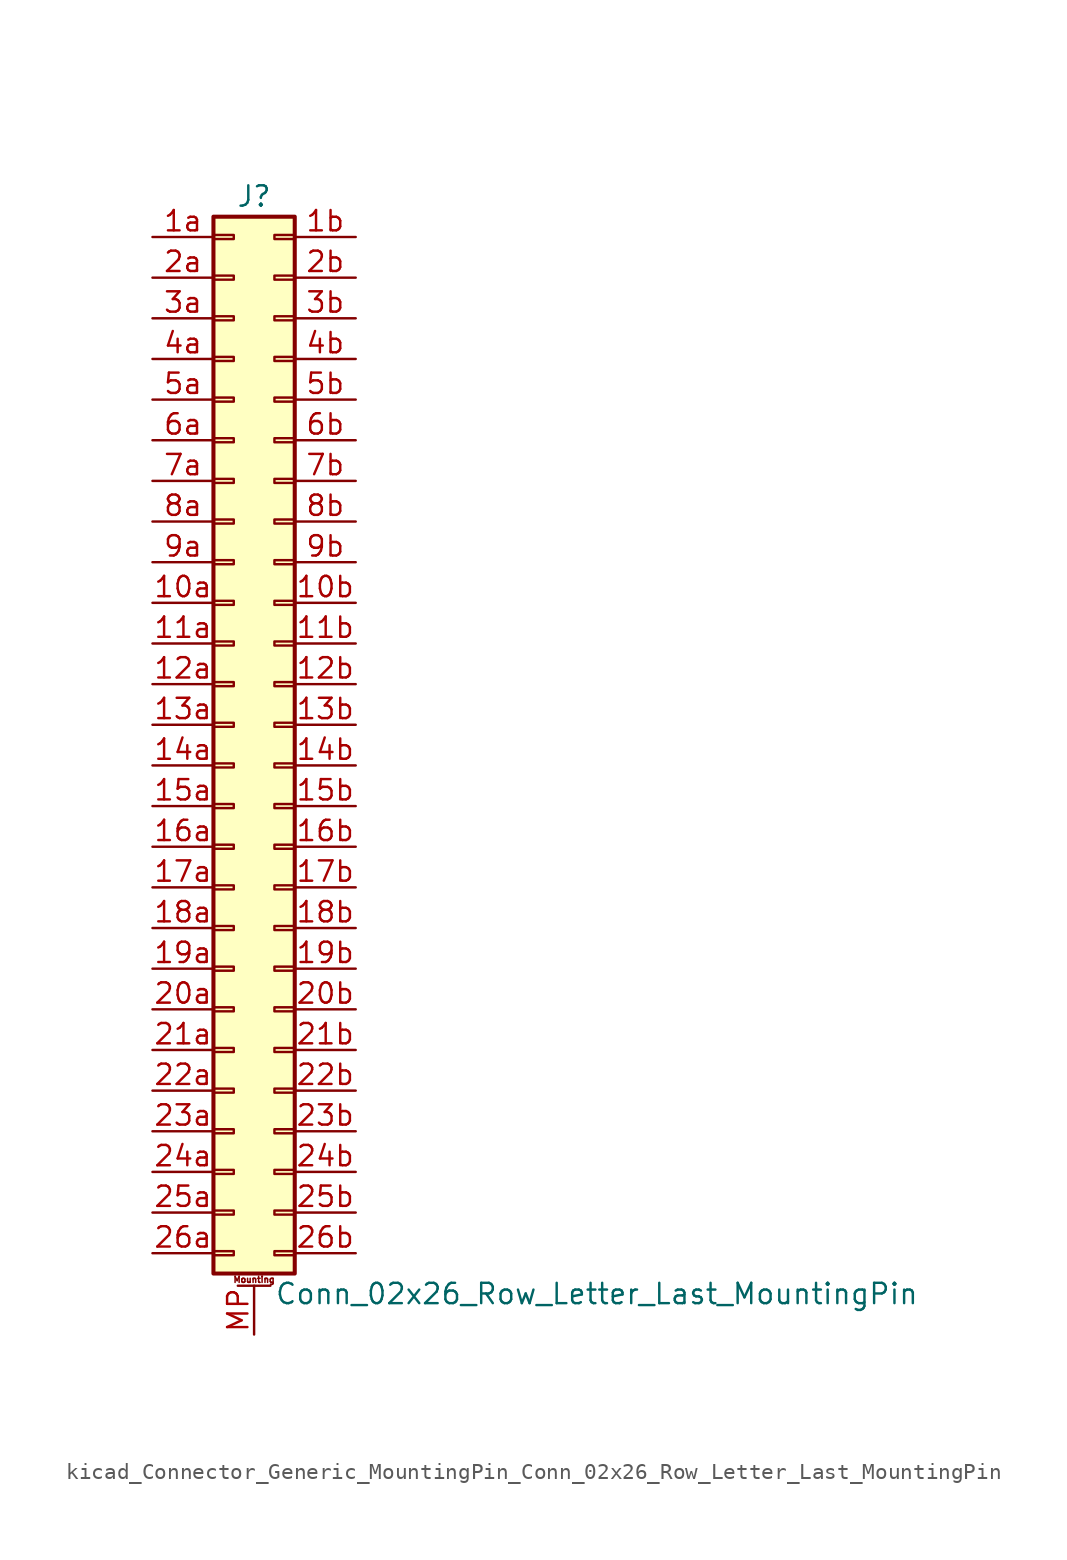
<source format=kicad_sym>
(kicad_symbol_lib
  (version 20220914)
  (generator kicad_symbol_editor)
  (symbol "kicad_Connector_Generic_MountingPin_Conn_02x26_Row_Letter_Last_MountingPin"
    (pin_names
      (offset 1.016) hide)
    (property "Reference" "J"
      (at 1.27 33.02 0)
      (effects (font (size 1.27 1.27))))
    (property "Value" "Conn_02x26_Row_Letter_Last_MountingPin"
      (at 2.54 -35.56 0)
      (effects (font (size 1.27 1.27)) (justify left)))
    (symbol "kicad_Connector_Generic_MountingPin_Conn_02x26_Row_Letter_Last_MountingPin_1_1"
      (rectangle (start -1.27 -32.893) (end 0 -33.147) (stroke (width 0.152) (type default)) (fill (type none)))
      (rectangle (start -1.27 -30.353) (end 0 -30.607) (stroke (width 0.152) (type default)) (fill (type none)))
      (rectangle (start -1.27 -27.813) (end 0 -28.067) (stroke (width 0.152) (type default)) (fill (type none)))
      (rectangle (start -1.27 -25.273) (end 0 -25.527) (stroke (width 0.152) (type default)) (fill (type none)))
      (rectangle (start -1.27 -22.733) (end 0 -22.987) (stroke (width 0.152) (type default)) (fill (type none)))
      (rectangle (start -1.27 -20.193) (end 0 -20.447) (stroke (width 0.152) (type default)) (fill (type none)))
      (rectangle (start -1.27 -17.653) (end 0 -17.907) (stroke (width 0.152) (type default)) (fill (type none)))
      (rectangle (start -1.27 -15.113) (end 0 -15.367) (stroke (width 0.152) (type default)) (fill (type none)))
      (rectangle (start -1.27 -12.573) (end 0 -12.827) (stroke (width 0.152) (type default)) (fill (type none)))
      (rectangle (start -1.27 -10.033) (end 0 -10.287) (stroke (width 0.152) (type default)) (fill (type none)))
      (rectangle (start -1.27 -7.493) (end 0 -7.747) (stroke (width 0.152) (type default)) (fill (type none)))
      (rectangle (start -1.27 -4.953) (end 0 -5.207) (stroke (width 0.152) (type default)) (fill (type none)))
      (rectangle (start -1.27 -2.413) (end 0 -2.667) (stroke (width 0.152) (type default)) (fill (type none)))
      (rectangle (start -1.27 0.127) (end 0 -0.127) (stroke (width 0.152) (type default)) (fill (type none)))
      (rectangle (start -1.27 2.667) (end 0 2.413) (stroke (width 0.152) (type default)) (fill (type none)))
      (rectangle (start -1.27 5.207) (end 0 4.953) (stroke (width 0.152) (type default)) (fill (type none)))
      (rectangle (start -1.27 7.747) (end 0 7.493) (stroke (width 0.152) (type default)) (fill (type none)))
      (rectangle (start -1.27 10.287) (end 0 10.033) (stroke (width 0.152) (type default)) (fill (type none)))
      (rectangle (start -1.27 12.827) (end 0 12.573) (stroke (width 0.152) (type default)) (fill (type none)))
      (rectangle (start -1.27 15.367) (end 0 15.113) (stroke (width 0.152) (type default)) (fill (type none)))
      (rectangle (start -1.27 17.907) (end 0 17.653) (stroke (width 0.152) (type default)) (fill (type none)))
      (rectangle (start -1.27 20.447) (end 0 20.193) (stroke (width 0.152) (type default)) (fill (type none)))
      (rectangle (start -1.27 22.987) (end 0 22.733) (stroke (width 0.152) (type default)) (fill (type none)))
      (rectangle (start -1.27 25.527) (end 0 25.273) (stroke (width 0.152) (type default)) (fill (type none)))
      (rectangle (start -1.27 28.067) (end 0 27.813) (stroke (width 0.152) (type default)) (fill (type none)))
      (rectangle (start -1.27 30.607) (end 0 30.353) (stroke (width 0.152) (type default)) (fill (type none)))
      (rectangle (start -1.27 31.75) (end 3.81 -34.29) (stroke (width 0.254) (type default)) (fill (type background)))
      (polyline (pts (xy 0.254 -35.052) (xy 2.286 -35.052)) (stroke (width 0.152) (type default)) (fill (type none)))
      (rectangle (start 3.81 -32.893) (end 2.54 -33.147) (stroke (width 0.152) (type default)) (fill (type none)))
      (rectangle (start 3.81 -30.353) (end 2.54 -30.607) (stroke (width 0.152) (type default)) (fill (type none)))
      (rectangle (start 3.81 -27.813) (end 2.54 -28.067) (stroke (width 0.152) (type default)) (fill (type none)))
      (rectangle (start 3.81 -25.273) (end 2.54 -25.527) (stroke (width 0.152) (type default)) (fill (type none)))
      (rectangle (start 3.81 -22.733) (end 2.54 -22.987) (stroke (width 0.152) (type default)) (fill (type none)))
      (rectangle (start 3.81 -20.193) (end 2.54 -20.447) (stroke (width 0.152) (type default)) (fill (type none)))
      (rectangle (start 3.81 -17.653) (end 2.54 -17.907) (stroke (width 0.152) (type default)) (fill (type none)))
      (rectangle (start 3.81 -15.113) (end 2.54 -15.367) (stroke (width 0.152) (type default)) (fill (type none)))
      (rectangle (start 3.81 -12.573) (end 2.54 -12.827) (stroke (width 0.152) (type default)) (fill (type none)))
      (rectangle (start 3.81 -10.033) (end 2.54 -10.287) (stroke (width 0.152) (type default)) (fill (type none)))
      (rectangle (start 3.81 -7.493) (end 2.54 -7.747) (stroke (width 0.152) (type default)) (fill (type none)))
      (rectangle (start 3.81 -4.953) (end 2.54 -5.207) (stroke (width 0.152) (type default)) (fill (type none)))
      (rectangle (start 3.81 -2.413) (end 2.54 -2.667) (stroke (width 0.152) (type default)) (fill (type none)))
      (rectangle (start 3.81 0.127) (end 2.54 -0.127) (stroke (width 0.152) (type default)) (fill (type none)))
      (rectangle (start 3.81 2.667) (end 2.54 2.413) (stroke (width 0.152) (type default)) (fill (type none)))
      (rectangle (start 3.81 5.207) (end 2.54 4.953) (stroke (width 0.152) (type default)) (fill (type none)))
      (rectangle (start 3.81 7.747) (end 2.54 7.493) (stroke (width 0.152) (type default)) (fill (type none)))
      (rectangle (start 3.81 10.287) (end 2.54 10.033) (stroke (width 0.152) (type default)) (fill (type none)))
      (rectangle (start 3.81 12.827) (end 2.54 12.573) (stroke (width 0.152) (type default)) (fill (type none)))
      (rectangle (start 3.81 15.367) (end 2.54 15.113) (stroke (width 0.152) (type default)) (fill (type none)))
      (rectangle (start 3.81 17.907) (end 2.54 17.653) (stroke (width 0.152) (type default)) (fill (type none)))
      (rectangle (start 3.81 20.447) (end 2.54 20.193) (stroke (width 0.152) (type default)) (fill (type none)))
      (rectangle (start 3.81 22.987) (end 2.54 22.733) (stroke (width 0.152) (type default)) (fill (type none)))
      (rectangle (start 3.81 25.527) (end 2.54 25.273) (stroke (width 0.152) (type default)) (fill (type none)))
      (rectangle (start 3.81 28.067) (end 2.54 27.813) (stroke (width 0.152) (type default)) (fill (type none)))
      (rectangle (start 3.81 30.607) (end 2.54 30.353) (stroke (width 0.152) (type default)) (fill (type none)))
      (text "Mounting" (at 1.27 -34.671 0) (effects (font (size 0.381 0.381))))
      (pin passive line (at -5.08 7.62 0) (length 3.81) (name "Pin_10a" (effects (font (size 1.27 1.27)))) (number "10a" (effects (font (size 1.27 1.27)))))
      (pin passive line (at 7.62 7.62 180) (length 3.81) (name "Pin_10b" (effects (font (size 1.27 1.27)))) (number "10b" (effects (font (size 1.27 1.27)))))
      (pin passive line (at -5.08 5.08 0) (length 3.81) (name "Pin_11a" (effects (font (size 1.27 1.27)))) (number "11a" (effects (font (size 1.27 1.27)))))
      (pin passive line (at 7.62 5.08 180) (length 3.81) (name "Pin_11b" (effects (font (size 1.27 1.27)))) (number "11b" (effects (font (size 1.27 1.27)))))
      (pin passive line (at -5.08 2.54 0) (length 3.81) (name "Pin_12a" (effects (font (size 1.27 1.27)))) (number "12a" (effects (font (size 1.27 1.27)))))
      (pin passive line (at 7.62 2.54 180) (length 3.81) (name "Pin_12b" (effects (font (size 1.27 1.27)))) (number "12b" (effects (font (size 1.27 1.27)))))
      (pin passive line (at -5.08 0 0) (length 3.81) (name "Pin_13a" (effects (font (size 1.27 1.27)))) (number "13a" (effects (font (size 1.27 1.27)))))
      (pin passive line (at 7.62 0 180) (length 3.81) (name "Pin_13b" (effects (font (size 1.27 1.27)))) (number "13b" (effects (font (size 1.27 1.27)))))
      (pin passive line (at -5.08 -2.54 0) (length 3.81) (name "Pin_14a" (effects (font (size 1.27 1.27)))) (number "14a" (effects (font (size 1.27 1.27)))))
      (pin passive line (at 7.62 -2.54 180) (length 3.81) (name "Pin_14b" (effects (font (size 1.27 1.27)))) (number "14b" (effects (font (size 1.27 1.27)))))
      (pin passive line (at -5.08 -5.08 0) (length 3.81) (name "Pin_15a" (effects (font (size 1.27 1.27)))) (number "15a" (effects (font (size 1.27 1.27)))))
      (pin passive line (at 7.62 -5.08 180) (length 3.81) (name "Pin_15b" (effects (font (size 1.27 1.27)))) (number "15b" (effects (font (size 1.27 1.27)))))
      (pin passive line (at -5.08 -7.62 0) (length 3.81) (name "Pin_16a" (effects (font (size 1.27 1.27)))) (number "16a" (effects (font (size 1.27 1.27)))))
      (pin passive line (at 7.62 -7.62 180) (length 3.81) (name "Pin_16b" (effects (font (size 1.27 1.27)))) (number "16b" (effects (font (size 1.27 1.27)))))
      (pin passive line (at -5.08 -10.16 0) (length 3.81) (name "Pin_17a" (effects (font (size 1.27 1.27)))) (number "17a" (effects (font (size 1.27 1.27)))))
      (pin passive line (at 7.62 -10.16 180) (length 3.81) (name "Pin_17b" (effects (font (size 1.27 1.27)))) (number "17b" (effects (font (size 1.27 1.27)))))
      (pin passive line (at -5.08 -12.7 0) (length 3.81) (name "Pin_18a" (effects (font (size 1.27 1.27)))) (number "18a" (effects (font (size 1.27 1.27)))))
      (pin passive line (at 7.62 -12.7 180) (length 3.81) (name "Pin_18b" (effects (font (size 1.27 1.27)))) (number "18b" (effects (font (size 1.27 1.27)))))
      (pin passive line (at -5.08 -15.24 0) (length 3.81) (name "Pin_19a" (effects (font (size 1.27 1.27)))) (number "19a" (effects (font (size 1.27 1.27)))))
      (pin passive line (at 7.62 -15.24 180) (length 3.81) (name "Pin_19b" (effects (font (size 1.27 1.27)))) (number "19b" (effects (font (size 1.27 1.27)))))
      (pin passive line (at -5.08 30.48 0) (length 3.81) (name "Pin_1a" (effects (font (size 1.27 1.27)))) (number "1a" (effects (font (size 1.27 1.27)))))
      (pin passive line (at 7.62 30.48 180) (length 3.81) (name "Pin_1b" (effects (font (size 1.27 1.27)))) (number "1b" (effects (font (size 1.27 1.27)))))
      (pin passive line (at -5.08 -17.78 0) (length 3.81) (name "Pin_20a" (effects (font (size 1.27 1.27)))) (number "20a" (effects (font (size 1.27 1.27)))))
      (pin passive line (at 7.62 -17.78 180) (length 3.81) (name "Pin_20b" (effects (font (size 1.27 1.27)))) (number "20b" (effects (font (size 1.27 1.27)))))
      (pin passive line (at -5.08 -20.32 0) (length 3.81) (name "Pin_21a" (effects (font (size 1.27 1.27)))) (number "21a" (effects (font (size 1.27 1.27)))))
      (pin passive line (at 7.62 -20.32 180) (length 3.81) (name "Pin_21b" (effects (font (size 1.27 1.27)))) (number "21b" (effects (font (size 1.27 1.27)))))
      (pin passive line (at -5.08 -22.86 0) (length 3.81) (name "Pin_22a" (effects (font (size 1.27 1.27)))) (number "22a" (effects (font (size 1.27 1.27)))))
      (pin passive line (at 7.62 -22.86 180) (length 3.81) (name "Pin_22b" (effects (font (size 1.27 1.27)))) (number "22b" (effects (font (size 1.27 1.27)))))
      (pin passive line (at -5.08 -25.4 0) (length 3.81) (name "Pin_23a" (effects (font (size 1.27 1.27)))) (number "23a" (effects (font (size 1.27 1.27)))))
      (pin passive line (at 7.62 -25.4 180) (length 3.81) (name "Pin_23b" (effects (font (size 1.27 1.27)))) (number "23b" (effects (font (size 1.27 1.27)))))
      (pin passive line (at -5.08 -27.94 0) (length 3.81) (name "Pin_24a" (effects (font (size 1.27 1.27)))) (number "24a" (effects (font (size 1.27 1.27)))))
      (pin passive line (at 7.62 -27.94 180) (length 3.81) (name "Pin_24b" (effects (font (size 1.27 1.27)))) (number "24b" (effects (font (size 1.27 1.27)))))
      (pin passive line (at -5.08 -30.48 0) (length 3.81) (name "Pin_25a" (effects (font (size 1.27 1.27)))) (number "25a" (effects (font (size 1.27 1.27)))))
      (pin passive line (at 7.62 -30.48 180) (length 3.81) (name "Pin_25b" (effects (font (size 1.27 1.27)))) (number "25b" (effects (font (size 1.27 1.27)))))
      (pin passive line (at -5.08 -33.02 0) (length 3.81) (name "Pin_26a" (effects (font (size 1.27 1.27)))) (number "26a" (effects (font (size 1.27 1.27)))))
      (pin passive line (at 7.62 -33.02 180) (length 3.81) (name "Pin_26b" (effects (font (size 1.27 1.27)))) (number "26b" (effects (font (size 1.27 1.27)))))
      (pin passive line (at -5.08 27.94 0) (length 3.81) (name "Pin_2a" (effects (font (size 1.27 1.27)))) (number "2a" (effects (font (size 1.27 1.27)))))
      (pin passive line (at 7.62 27.94 180) (length 3.81) (name "Pin_2b" (effects (font (size 1.27 1.27)))) (number "2b" (effects (font (size 1.27 1.27)))))
      (pin passive line (at -5.08 25.4 0) (length 3.81) (name "Pin_3a" (effects (font (size 1.27 1.27)))) (number "3a" (effects (font (size 1.27 1.27)))))
      (pin passive line (at 7.62 25.4 180) (length 3.81) (name "Pin_3b" (effects (font (size 1.27 1.27)))) (number "3b" (effects (font (size 1.27 1.27)))))
      (pin passive line (at -5.08 22.86 0) (length 3.81) (name "Pin_4a" (effects (font (size 1.27 1.27)))) (number "4a" (effects (font (size 1.27 1.27)))))
      (pin passive line (at 7.62 22.86 180) (length 3.81) (name "Pin_4b" (effects (font (size 1.27 1.27)))) (number "4b" (effects (font (size 1.27 1.27)))))
      (pin passive line (at -5.08 20.32 0) (length 3.81) (name "Pin_5a" (effects (font (size 1.27 1.27)))) (number "5a" (effects (font (size 1.27 1.27)))))
      (pin passive line (at 7.62 20.32 180) (length 3.81) (name "Pin_5b" (effects (font (size 1.27 1.27)))) (number "5b" (effects (font (size 1.27 1.27)))))
      (pin passive line (at -5.08 17.78 0) (length 3.81) (name "Pin_6a" (effects (font (size 1.27 1.27)))) (number "6a" (effects (font (size 1.27 1.27)))))
      (pin passive line (at 7.62 17.78 180) (length 3.81) (name "Pin_6b" (effects (font (size 1.27 1.27)))) (number "6b" (effects (font (size 1.27 1.27)))))
      (pin passive line (at -5.08 15.24 0) (length 3.81) (name "Pin_7a" (effects (font (size 1.27 1.27)))) (number "7a" (effects (font (size 1.27 1.27)))))
      (pin passive line (at 7.62 15.24 180) (length 3.81) (name "Pin_7b" (effects (font (size 1.27 1.27)))) (number "7b" (effects (font (size 1.27 1.27)))))
      (pin passive line (at -5.08 12.7 0) (length 3.81) (name "Pin_8a" (effects (font (size 1.27 1.27)))) (number "8a" (effects (font (size 1.27 1.27)))))
      (pin passive line (at 7.62 12.7 180) (length 3.81) (name "Pin_8b" (effects (font (size 1.27 1.27)))) (number "8b" (effects (font (size 1.27 1.27)))))
      (pin passive line (at -5.08 10.16 0) (length 3.81) (name "Pin_9a" (effects (font (size 1.27 1.27)))) (number "9a" (effects (font (size 1.27 1.27)))))
      (pin passive line (at 7.62 10.16 180) (length 3.81) (name "Pin_9b" (effects (font (size 1.27 1.27)))) (number "9b" (effects (font (size 1.27 1.27)))))
      (pin passive line (at 1.27 -38.1 90) (length 3.048) (name "MountPin" (effects (font (size 1.27 1.27)))) (number "MP" (effects (font (size 1.27 1.27))))))))
</source>
